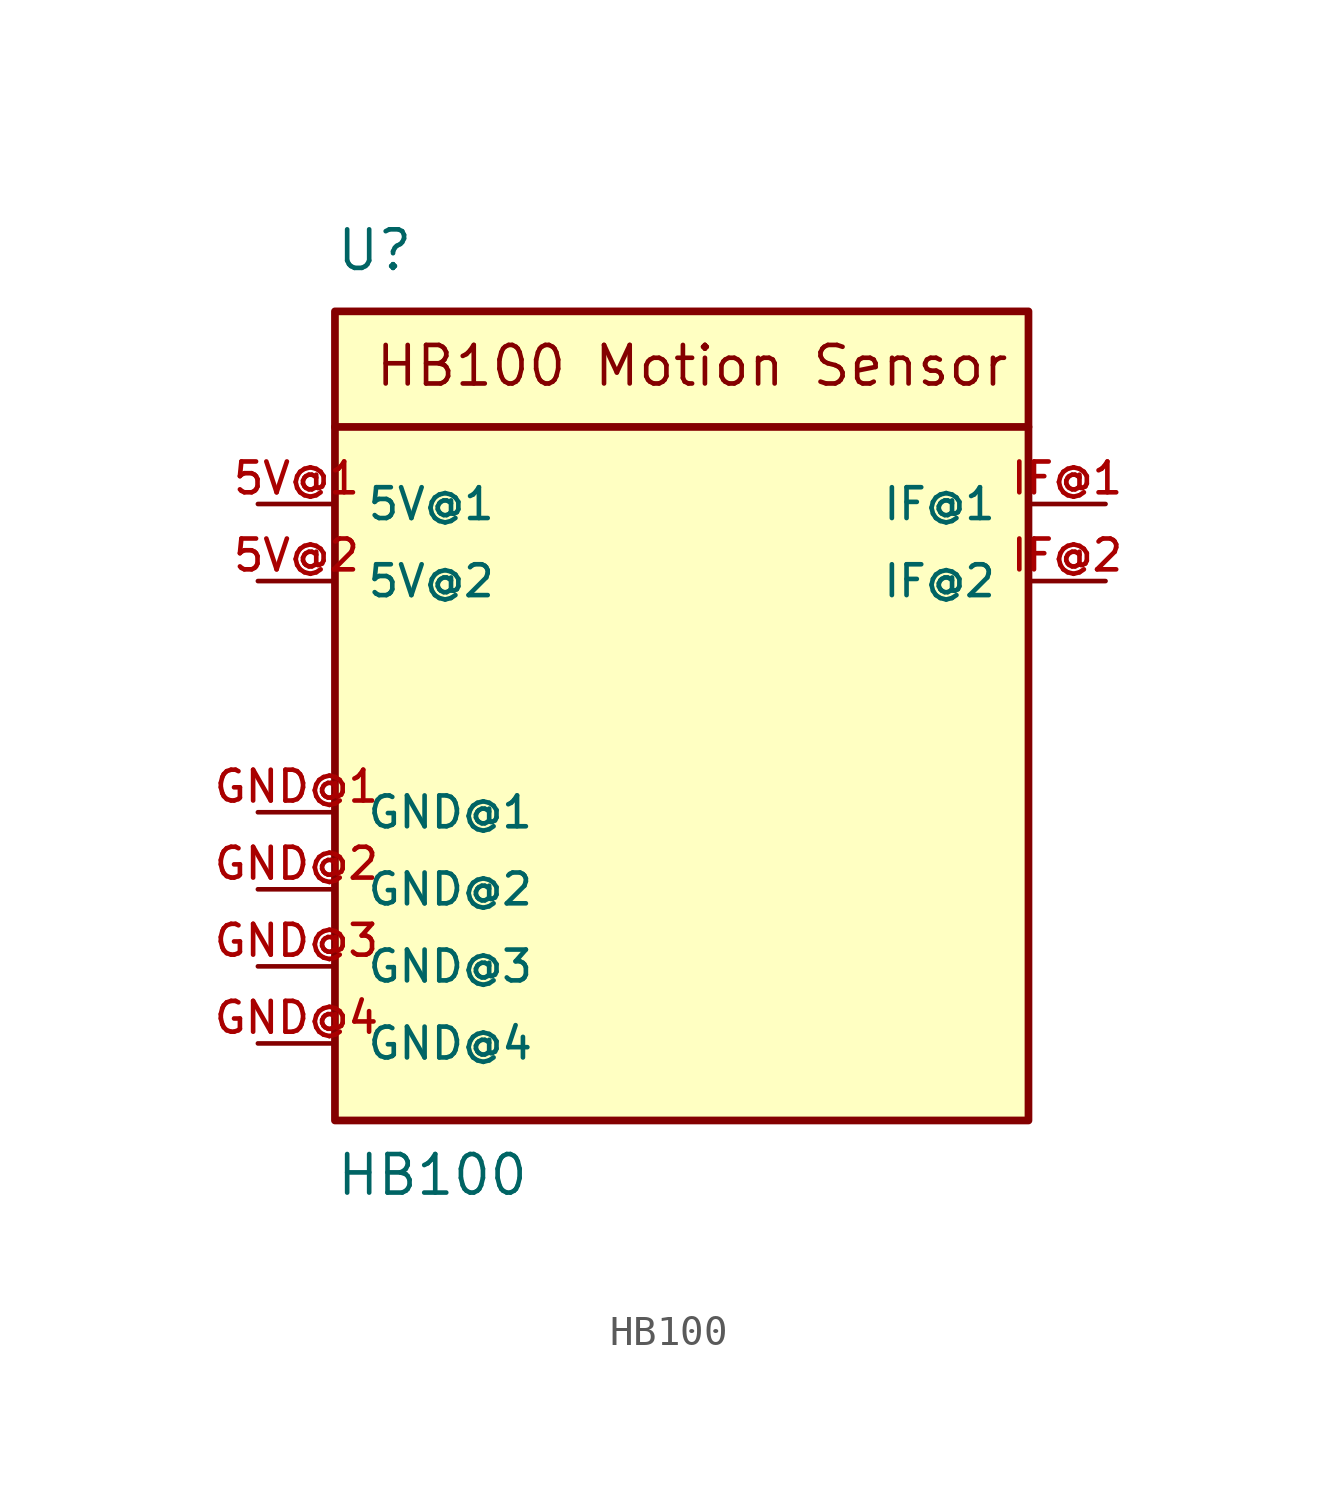
<source format=kicad_sym>
(kicad_symbol_lib
  (version 20241209)
  (generator "kicad_symbol_editor")
  (generator_version "9.0")
  (symbol "HB100"
    (pin_names
      (offset 1.016))
    (property "Reference" "U"
      (at -10.16 15.24 0)
      (effects (font (size 1.27 1.27)) (justify left bottom)))
    (property "Value" "HB100"
      (at -10.16 -15.24 0)
      (effects (font (size 1.27 1.27)) (justify left bottom)))
    (symbol "HB100_0_0"
      (polyline (pts (xy -10.16 10.16) (xy 12.7 10.16)) (stroke (width 0.254) (type default)) (fill (type none)))
      (rectangle (start -10.16 -12.7) (end 12.7 13.97) (stroke (width 0.254) (type default)) (fill (type background)))
      (text "HB100 Motion Sensor" (at -8.89 11.43 0) (effects (font (size 1.27 1.27)) (justify left bottom)))
      (pin bidirectional line (at -12.7 7.62 0) (length 2.54) (name "5V@1" (effects (font (size 1.016 1.016)))) (number "5V@1" (effects (font (size 1.016 1.016)))))
      (pin bidirectional line (at -12.7 5.08 0) (length 2.54) (name "5V@2" (effects (font (size 1.016 1.016)))) (number "5V@2" (effects (font (size 1.016 1.016)))))
      (pin bidirectional line (at -12.7 -2.54 0) (length 2.54) (name "GND@1" (effects (font (size 1.016 1.016)))) (number "GND@1" (effects (font (size 1.016 1.016)))))
      (pin bidirectional line (at -12.7 -5.08 0) (length 2.54) (name "GND@2" (effects (font (size 1.016 1.016)))) (number "GND@2" (effects (font (size 1.016 1.016)))))
      (pin bidirectional line (at -12.7 -7.62 0) (length 2.54) (name "GND@3" (effects (font (size 1.016 1.016)))) (number "GND@3" (effects (font (size 1.016 1.016)))))
      (pin bidirectional line (at -12.7 -10.16 0) (length 2.54) (name "GND@4" (effects (font (size 1.016 1.016)))) (number "GND@4" (effects (font (size 1.016 1.016)))))
      (pin bidirectional line (at 15.24 7.62 180) (length 2.54) (name "IF@1" (effects (font (size 1.016 1.016)))) (number "IF@1" (effects (font (size 1.016 1.016)))))
      (pin bidirectional line (at 15.24 5.08 180) (length 2.54) (name "IF@2" (effects (font (size 1.016 1.016)))) (number "IF@2" (effects (font (size 1.016 1.016))))))))
</source>
